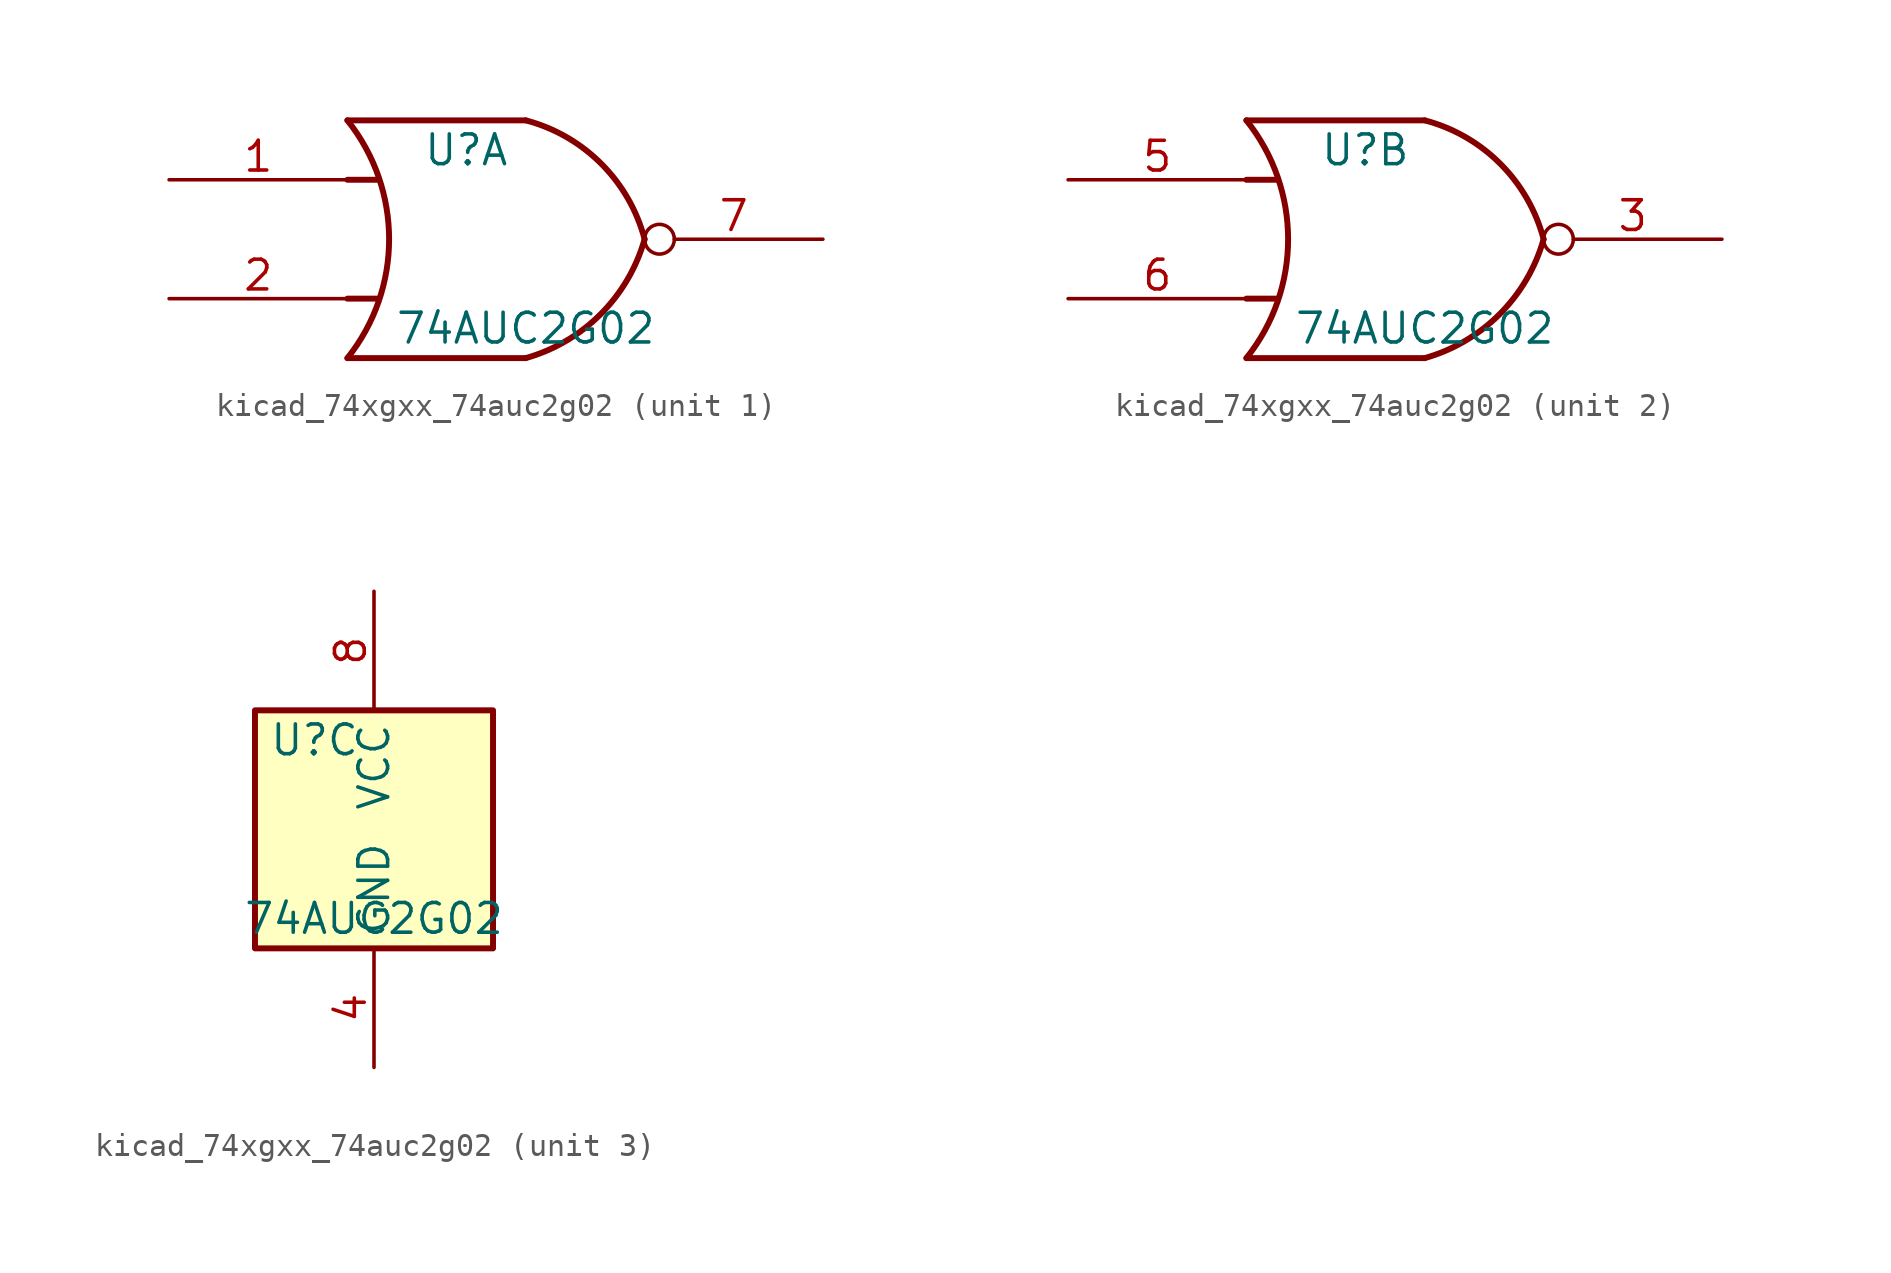
<source format=kicad_sym>
(kicad_symbol_lib
  (version 20220914)
  (generator kicad_symbol_editor)
  (symbol "kicad_74xgxx_74auc2g02"
    (property "Reference" "U"
      (at -2.54 3.81 0)
      (effects (font (size 1.27 1.27))))
    (property "Value" "74AUC2G02"
      (at 0 -3.81 0)
      (effects (font (size 1.27 1.27))))
    (symbol "kicad_74xgxx_74auc2g02_1_1"
      (arc (start -7.62 -5.08) (mid -5.838 0) (end -7.62 5.08) (stroke (width 0.254) (type default)) (fill (type none)))
      (arc (start 0 -5.08) (mid 3.1986 -3.2054) (end 5.08 0) (stroke (width 0.254) (type default)) (fill (type none)))
      (polyline (pts (xy -7.62 -2.54) (xy -6.35 -2.54)) (stroke (width 0.254) (type default)) (fill (type background)))
      (polyline (pts (xy -7.62 2.54) (xy -6.35 2.54)) (stroke (width 0.254) (type default)) (fill (type background)))
      (polyline (pts (xy 0 -5.08) (xy -7.62 -5.08)) (stroke (width 0.254) (type default)) (fill (type background)))
      (polyline (pts (xy 0 5.08) (xy -7.62 5.08)) (stroke (width 0.254) (type default)) (fill (type background)))
      (arc (start 5.08 0) (mid 3.2238 3.2304) (end 0 5.08) (stroke (width 0.254) (type default)) (fill (type none)))
      (pin input line (at -15.24 2.54 0) (length 7.62) (name "~" (effects (font (size 1.27 1.27)))) (number "1" (effects (font (size 1.27 1.27)))))
      (pin input line (at -15.24 -2.54 0) (length 7.62) (name "~" (effects (font (size 1.27 1.27)))) (number "2" (effects (font (size 1.27 1.27)))))
      (pin output inverted (at 12.7 0 180) (length 7.62) (name "~" (effects (font (size 1.27 1.27)))) (number "7" (effects (font (size 1.27 1.27))))))
    (symbol "kicad_74xgxx_74auc2g02_2_1"
      (arc (start -7.62 -5.08) (mid -5.838 0) (end -7.62 5.08) (stroke (width 0.254) (type default)) (fill (type none)))
      (arc (start 0 -5.08) (mid 3.1986 -3.2054) (end 5.08 0) (stroke (width 0.254) (type default)) (fill (type none)))
      (polyline (pts (xy -7.62 -2.54) (xy -6.35 -2.54)) (stroke (width 0.254) (type default)) (fill (type background)))
      (polyline (pts (xy -7.62 2.54) (xy -6.35 2.54)) (stroke (width 0.254) (type default)) (fill (type background)))
      (polyline (pts (xy 0 -5.08) (xy -7.62 -5.08)) (stroke (width 0.254) (type default)) (fill (type background)))
      (polyline (pts (xy 0 5.08) (xy -7.62 5.08)) (stroke (width 0.254) (type default)) (fill (type background)))
      (arc (start 5.08 0) (mid 3.2238 3.2304) (end 0 5.08) (stroke (width 0.254) (type default)) (fill (type none)))
      (pin output inverted (at 12.7 0 180) (length 7.62) (name "~" (effects (font (size 1.27 1.27)))) (number "3" (effects (font (size 1.27 1.27)))))
      (pin input line (at -15.24 2.54 0) (length 7.62) (name "~" (effects (font (size 1.27 1.27)))) (number "5" (effects (font (size 1.27 1.27)))))
      (pin input line (at -15.24 -2.54 0) (length 7.62) (name "~" (effects (font (size 1.27 1.27)))) (number "6" (effects (font (size 1.27 1.27))))))
    (symbol "kicad_74xgxx_74auc2g02_3_0"
      (rectangle (start -5.08 -5.08) (end 5.08 5.08) (stroke (width 0.254) (type default)) (fill (type background))))
    (symbol "kicad_74xgxx_74auc2g02_3_1"
      (pin power_in line (at 0 -10.16 90) (length 5.08) (name "GND" (effects (font (size 1.27 1.27)))) (number "4" (effects (font (size 1.27 1.27)))))
      (pin power_in line (at 0 10.16 270) (length 5.08) (name "VCC" (effects (font (size 1.27 1.27)))) (number "8" (effects (font (size 1.27 1.27))))))))
</source>
